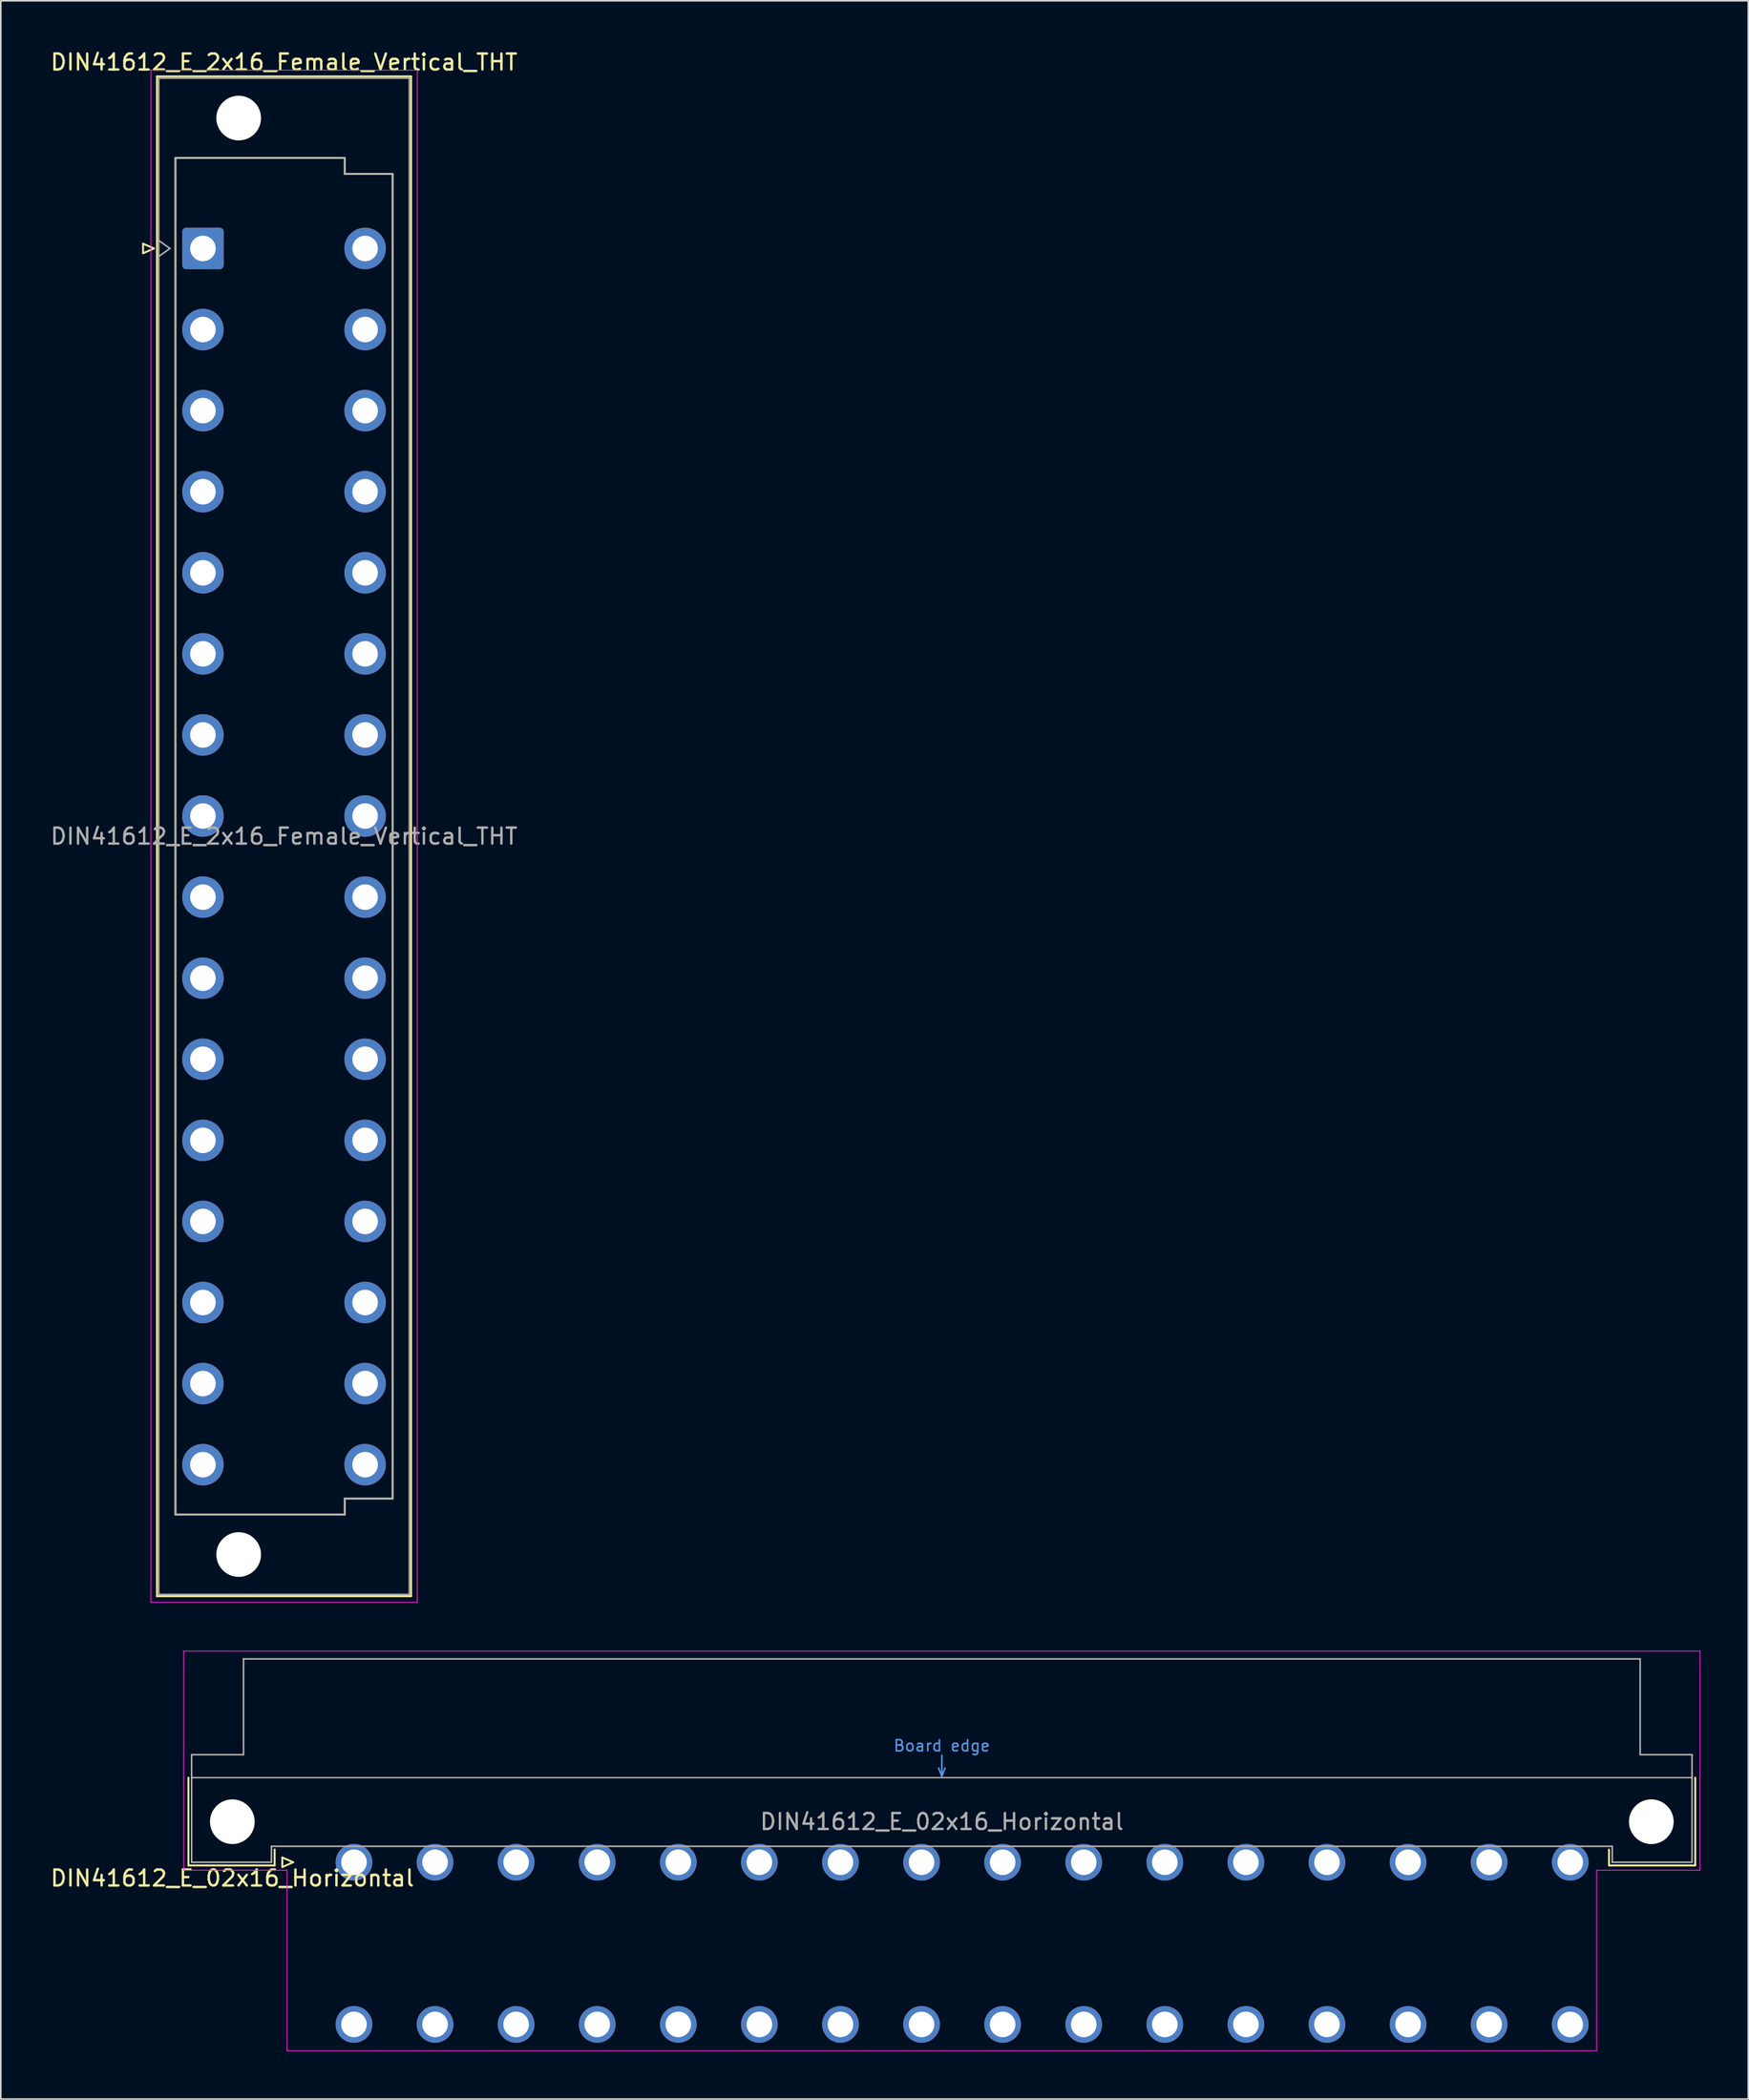
<source format=kicad_pcb>
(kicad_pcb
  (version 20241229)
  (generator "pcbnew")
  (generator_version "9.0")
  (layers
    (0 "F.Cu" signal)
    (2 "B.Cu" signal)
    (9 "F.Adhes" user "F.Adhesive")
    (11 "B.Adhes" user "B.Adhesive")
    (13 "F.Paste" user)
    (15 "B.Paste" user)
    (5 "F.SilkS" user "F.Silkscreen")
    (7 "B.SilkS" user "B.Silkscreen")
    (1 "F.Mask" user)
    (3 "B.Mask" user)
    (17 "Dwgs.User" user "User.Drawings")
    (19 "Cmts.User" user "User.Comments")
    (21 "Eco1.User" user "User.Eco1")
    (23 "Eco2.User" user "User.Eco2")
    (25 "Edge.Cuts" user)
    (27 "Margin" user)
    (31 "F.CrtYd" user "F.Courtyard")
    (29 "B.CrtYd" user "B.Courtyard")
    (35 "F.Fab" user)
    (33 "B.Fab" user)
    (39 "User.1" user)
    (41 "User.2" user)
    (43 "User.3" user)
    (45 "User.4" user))
  (footprint "DIN41612_E_02x16_Horizontal"
    (layer "F.Cu")
    (at 16.586 113.628)
    (property "Reference" "DIN41612_E_02x16_Horizontal" (at -5.08 1 0) (layer "F.SilkS") (effects (font (size 1 1) (thickness 0.15))))
    (attr through_hole)
    (fp_line (start -7.83 -5.3) (end -7.83 0.2) (stroke (width 0.12) (type solid)) (layer "F.SilkS"))
    (fp_line (start -7.83 0.2) (end -2.43 0.2) (stroke (width 0.12) (type solid)) (layer "F.SilkS"))
    (fp_line (start -2.43 0.2) (end -2.43 -0.8) (stroke (width 0.12) (type solid)) (layer "F.SilkS"))
    (fp_line (start -1.95 -0.3) (end -1.95 0.3) (stroke (width 0.12) (type solid)) (layer "F.SilkS"))
    (fp_line (start -1.95 0.3) (end -1.27 0) (stroke (width 0.12) (type solid)) (layer "F.SilkS"))
    (fp_line (start -1.27 0) (end -1.95 -0.3) (stroke (width 0.12) (type solid)) (layer "F.SilkS"))
    (fp_line (start 81.17 0.2) (end 81.17 -0.8) (stroke (width 0.12) (type solid)) (layer "F.SilkS"))
    (fp_line (start 86.57 -5.3) (end 86.57 0.2) (stroke (width 0.12) (type solid)) (layer "F.SilkS"))
    (fp_line (start 86.57 0.2) (end 81.17 0.2) (stroke (width 0.12) (type solid)) (layer "F.SilkS"))
    (fp_line (start -7.63 -5.3) (end 86.37 -5.3) (stroke (width 0.08) (type solid)) (layer "Dwgs.User"))
    (fp_line (start 39.17 -5.9) (end 39.37 -5.4) (stroke (width 0.1) (type solid)) (layer "Cmts.User"))
    (fp_line (start 39.37 -5.4) (end 39.37 -6.7) (stroke (width 0.1) (type solid)) (layer "Cmts.User"))
    (fp_line (start 39.37 -5.4) (end 39.57 -5.9) (stroke (width 0.1) (type solid)) (layer "Cmts.User"))
    (fp_line (start -8.13 -13.23) (end -8.13 0.5) (stroke (width 0.05) (type solid)) (layer "F.CrtYd"))
    (fp_line (start -8.13 0.5) (end -1.65 0.5) (stroke (width 0.05) (type solid)) (layer "F.CrtYd"))
    (fp_line (start -1.65 0.5) (end -1.65 11.81) (stroke (width 0.05) (type solid)) (layer "F.CrtYd"))
    (fp_line (start -1.65 11.81) (end 80.39 11.81) (stroke (width 0.05) (type solid)) (layer "F.CrtYd"))
    (fp_line (start 80.39 0.5) (end 86.87 0.5) (stroke (width 0.05) (type solid)) (layer "F.CrtYd"))
    (fp_line (start 80.39 11.81) (end 80.39 0.5) (stroke (width 0.05) (type solid)) (layer "F.CrtYd"))
    (fp_line (start 86.87 -13.23) (end -8.13 -13.23) (stroke (width 0.05) (type solid)) (layer "F.CrtYd"))
    (fp_line (start 86.87 0.5) (end 86.87 -13.23) (stroke (width 0.05) (type solid)) (layer "F.CrtYd"))
    (fp_line (start -7.63 -6.74) (end -7.63 0) (stroke (width 0.1) (type solid)) (layer "F.Fab"))
    (fp_line (start -7.63 0) (end -2.63 0) (stroke (width 0.1) (type solid)) (layer "F.Fab"))
    (fp_line (start -4.38 -12.74) (end -4.38 -6.74) (stroke (width 0.1) (type solid)) (layer "F.Fab"))
    (fp_line (start -4.38 -6.74) (end -7.63 -6.74) (stroke (width 0.1) (type solid)) (layer "F.Fab"))
    (fp_line (start -2.63 -1) (end 81.37 -1) (stroke (width 0.1) (type solid)) (layer "F.Fab"))
    (fp_line (start -2.63 0) (end -2.63 -1) (stroke (width 0.1) (type solid)) (layer "F.Fab"))
    (fp_line (start 81.37 -1) (end 81.37 0) (stroke (width 0.1) (type solid)) (layer "F.Fab"))
    (fp_line (start 81.37 0) (end 86.37 0) (stroke (width 0.1) (type solid)) (layer "F.Fab"))
    (fp_line (start 83.12 -12.74) (end -4.38 -12.74) (stroke (width 0.1) (type solid)) (layer "F.Fab"))
    (fp_line (start 83.12 -6.74) (end 83.12 -12.74) (stroke (width 0.1) (type solid)) (layer "F.Fab"))
    (fp_line (start 86.37 -6.74) (end 83.12 -6.74) (stroke (width 0.1) (type solid)) (layer "F.Fab"))
    (fp_line (start 86.37 0) (end 86.37 -6.74) (stroke (width 0.1) (type solid)) (layer "F.Fab"))
    (fp_text user "Board edge" (at 39.37 -7.3 0) (layer "Cmts.User") (effects (font (size 0.7 0.7) (thickness 0.1))))
    (fp_text user "${REFERENCE}" (at 39.37 -2.54 0) (layer "F.Fab") (effects (font (size 1 1) (thickness 0.15))))
    (pad "" np_thru_hole circle (at -5.08 -2.54) (size 2.8 2.8) (drill 2.8) (layers "*.Cu" "*.Mask"))
    (pad "" np_thru_hole circle (at 83.82 -2.54) (size 2.8 2.8) (drill 2.8) (layers "*.Cu" "*.Mask"))
    (pad "a2" thru_hole circle (at 2.54 0) (size 2.3 2.3) (drill 1.6) (layers "*.Cu" "*.Mask"))
    (pad "a4" thru_hole circle (at 7.62 0) (size 2.3 2.3) (drill 1.6) (layers "*.Cu" "*.Mask"))
    (pad "a6" thru_hole circle (at 12.7 0) (size 2.3 2.3) (drill 1.6) (layers "*.Cu" "*.Mask"))
    (pad "a8" thru_hole circle (at 17.78 0) (size 2.3 2.3) (drill 1.6) (layers "*.Cu" "*.Mask"))
    (pad "a10" thru_hole circle (at 22.86 0) (size 2.3 2.3) (drill 1.6) (layers "*.Cu" "*.Mask"))
    (pad "a12" thru_hole circle (at 27.94 0) (size 2.3 2.3) (drill 1.6) (layers "*.Cu" "*.Mask"))
    (pad "a14" thru_hole circle (at 33.02 0) (size 2.3 2.3) (drill 1.6) (layers "*.Cu" "*.Mask"))
    (pad "a16" thru_hole circle (at 38.1 0) (size 2.3 2.3) (drill 1.6) (layers "*.Cu" "*.Mask"))
    (pad "a18" thru_hole circle (at 43.18 0) (size 2.3 2.3) (drill 1.6) (layers "*.Cu" "*.Mask"))
    (pad "a20" thru_hole circle (at 48.26 0) (size 2.3 2.3) (drill 1.6) (layers "*.Cu" "*.Mask"))
    (pad "a22" thru_hole circle (at 53.34 0) (size 2.3 2.3) (drill 1.6) (layers "*.Cu" "*.Mask"))
    (pad "a24" thru_hole circle (at 58.42 0) (size 2.3 2.3) (drill 1.6) (layers "*.Cu" "*.Mask"))
    (pad "a26" thru_hole circle (at 63.5 0) (size 2.3 2.3) (drill 1.6) (layers "*.Cu" "*.Mask"))
    (pad "a28" thru_hole circle (at 68.58 0) (size 2.3 2.3) (drill 1.6) (layers "*.Cu" "*.Mask"))
    (pad "a30" thru_hole circle (at 73.66 0) (size 2.3 2.3) (drill 1.6) (layers "*.Cu" "*.Mask"))
    (pad "a32" thru_hole circle (at 78.74 0) (size 2.3 2.3) (drill 1.6) (layers "*.Cu" "*.Mask"))
    (pad "e2" thru_hole circle (at 2.54 10.16) (size 2.3 2.3) (drill 1.6) (layers "*.Cu" "*.Mask"))
    (pad "e4" thru_hole circle (at 7.62 10.16) (size 2.3 2.3) (drill 1.6) (layers "*.Cu" "*.Mask"))
    (pad "e6" thru_hole circle (at 12.7 10.16) (size 2.3 2.3) (drill 1.6) (layers "*.Cu" "*.Mask"))
    (pad "e8" thru_hole circle (at 17.78 10.16) (size 2.3 2.3) (drill 1.6) (layers "*.Cu" "*.Mask"))
    (pad "e10" thru_hole circle (at 22.86 10.16) (size 2.3 2.3) (drill 1.6) (layers "*.Cu" "*.Mask"))
    (pad "e12" thru_hole circle (at 27.94 10.16) (size 2.3 2.3) (drill 1.6) (layers "*.Cu" "*.Mask"))
    (pad "e14" thru_hole circle (at 33.02 10.16) (size 2.3 2.3) (drill 1.6) (layers "*.Cu" "*.Mask"))
    (pad "e16" thru_hole circle (at 38.1 10.16) (size 2.3 2.3) (drill 1.6) (layers "*.Cu" "*.Mask"))
    (pad "e18" thru_hole circle (at 43.18 10.16) (size 2.3 2.3) (drill 1.6) (layers "*.Cu" "*.Mask"))
    (pad "e20" thru_hole circle (at 48.26 10.16) (size 2.3 2.3) (drill 1.6) (layers "*.Cu" "*.Mask"))
    (pad "e22" thru_hole circle (at 53.34 10.16) (size 2.3 2.3) (drill 1.6) (layers "*.Cu" "*.Mask"))
    (pad "e24" thru_hole circle (at 58.42 10.16) (size 2.3 2.3) (drill 1.6) (layers "*.Cu" "*.Mask"))
    (pad "e26" thru_hole circle (at 63.5 10.16) (size 2.3 2.3) (drill 1.6) (layers "*.Cu" "*.Mask"))
    (pad "e28" thru_hole circle (at 68.58 10.16) (size 2.3 2.3) (drill 1.6) (layers "*.Cu" "*.Mask"))
    (pad "e30" thru_hole circle (at 73.66 10.16) (size 2.3 2.3) (drill 1.6) (layers "*.Cu" "*.Mask"))
    (pad "e32" thru_hole circle (at 78.74 10.16) (size 2.3 2.3) (drill 1.6) (layers "*.Cu" "*.Mask")))
  (footprint "DIN41612_E_2x16_Female_Vertical_THT"
    (layer "F.Cu")
    (at 9.664 9.978)
    (property "Reference" "DIN41612_E_2x16_Female_Vertical_THT" (at 5.08 -9.13 0) (layer "F.SilkS") (effects (font (size 1 1) (thickness 0.15))))
    (attr through_hole)
    (fp_line (start -3.75 2.24) (end -3.75 2.84) (stroke (width 0.12) (type solid)) (layer "F.SilkS"))
    (fp_line (start -3.75 2.84) (end -3.07 2.54) (stroke (width 0.12) (type solid)) (layer "F.SilkS"))
    (fp_line (start -3.07 2.54) (end -3.75 2.24) (stroke (width 0.12) (type solid)) (layer "F.SilkS"))
    (fp_line (start -2.88 -8.24) (end 13.04 -8.24) (stroke (width 0.12) (type solid)) (layer "F.SilkS"))
    (fp_line (start -2.88 86.98) (end -2.88 -8.24) (stroke (width 0.12) (type solid)) (layer "F.SilkS"))
    (fp_line (start -1.72 -3.131) (end 8.88 -3.131) (stroke (width 0.12) (type solid)) (layer "F.SilkS"))
    (fp_line (start -1.72 81.87) (end -1.72 -3.131) (stroke (width 0.12) (type solid)) (layer "F.SilkS"))
    (fp_line (start 8.88 -3.131) (end 8.88 -2.131) (stroke (width 0.12) (type solid)) (layer "F.SilkS"))
    (fp_line (start 8.88 -2.131) (end 11.88 -2.131) (stroke (width 0.12) (type solid)) (layer "F.SilkS"))
    (fp_line (start 8.88 80.87) (end 8.88 81.87) (stroke (width 0.12) (type solid)) (layer "F.SilkS"))
    (fp_line (start 8.88 81.87) (end -1.72 81.87) (stroke (width 0.12) (type solid)) (layer "F.SilkS"))
    (fp_line (start 11.88 -2.131) (end 11.88 80.87) (stroke (width 0.12) (type solid)) (layer "F.SilkS"))
    (fp_line (start 11.88 80.87) (end 8.88 80.87) (stroke (width 0.12) (type solid)) (layer "F.SilkS"))
    (fp_line (start 13.04 -8.24) (end 13.04 86.98) (stroke (width 0.12) (type solid)) (layer "F.SilkS"))
    (fp_line (start 13.04 86.98) (end -2.88 86.98) (stroke (width 0.12) (type solid)) (layer "F.SilkS"))
    (fp_line (start -3.26 -8.63) (end 13.43 -8.63) (stroke (width 0.05) (type solid)) (layer "F.CrtYd"))
    (fp_line (start -3.26 87.37) (end -3.26 -8.63) (stroke (width 0.05) (type solid)) (layer "F.CrtYd"))
    (fp_line (start 13.43 -8.63) (end 13.43 87.37) (stroke (width 0.05) (type solid)) (layer "F.CrtYd"))
    (fp_line (start 13.43 87.37) (end -3.26 87.37) (stroke (width 0.05) (type solid)) (layer "F.CrtYd"))
    (fp_line (start -2.77 -8.13) (end 12.93 -8.13) (stroke (width 0.1) (type solid)) (layer "F.Fab"))
    (fp_line (start -2.77 2.04) (end -2.07 2.54) (stroke (width 0.1) (type solid)) (layer "F.Fab"))
    (fp_line (start -2.77 86.87) (end -2.77 -8.13) (stroke (width 0.1) (type solid)) (layer "F.Fab"))
    (fp_line (start -2.07 2.54) (end -2.77 3.04) (stroke (width 0.1) (type solid)) (layer "F.Fab"))
    (fp_line (start -1.72 -3.13) (end 8.88 -3.13) (stroke (width 0.1) (type solid)) (layer "F.Fab"))
    (fp_line (start -1.72 81.87) (end -1.72 -3.13) (stroke (width 0.1) (type solid)) (layer "F.Fab"))
    (fp_line (start 8.88 -3.13) (end 8.88 -2.13) (stroke (width 0.1) (type solid)) (layer "F.Fab"))
    (fp_line (start 8.88 -2.13) (end 11.88 -2.13) (stroke (width 0.1) (type solid)) (layer "F.Fab"))
    (fp_line (start 8.88 80.87) (end 8.88 81.87) (stroke (width 0.1) (type solid)) (layer "F.Fab"))
    (fp_line (start 8.88 81.87) (end -1.72 81.87) (stroke (width 0.1) (type solid)) (layer "F.Fab"))
    (fp_line (start 11.88 -2.13) (end 11.88 80.87) (stroke (width 0.1) (type solid)) (layer "F.Fab"))
    (fp_line (start 11.88 80.87) (end 8.88 80.87) (stroke (width 0.1) (type solid)) (layer "F.Fab"))
    (fp_line (start 12.93 -8.13) (end 12.93 86.87) (stroke (width 0.1) (type solid)) (layer "F.Fab"))
    (fp_line (start 12.93 86.87) (end -2.77 86.87) (stroke (width 0.1) (type solid)) (layer "F.Fab"))
    (fp_text user "${REFERENCE}" (at 5.08 39.37 0) (layer "F.Fab") (effects (font (size 1 1) (thickness 0.15))))
    (pad "" np_thru_hole circle (at 2.24 -5.63) (size 2.8 2.8) (drill 2.8) (layers "*.Cu" "*.Mask"))
    (pad "" np_thru_hole circle (at 2.24 84.37) (size 2.8 2.8) (drill 2.8) (layers "*.Cu" "*.Mask"))
    (pad "a2" thru_hole roundrect (at 0 2.54) (size 2.6 2.6) (drill 1.6) (layers "*.Cu" "*.Mask") (roundrect_rratio 0.096))
    (pad "a4" thru_hole circle (at 0 7.62) (size 2.6 2.6) (drill 1.6) (layers "*.Cu" "*.Mask"))
    (pad "a6" thru_hole circle (at 0 12.7) (size 2.6 2.6) (drill 1.6) (layers "*.Cu" "*.Mask"))
    (pad "a8" thru_hole circle (at 0 17.78) (size 2.6 2.6) (drill 1.6) (layers "*.Cu" "*.Mask"))
    (pad "a10" thru_hole circle (at 0 22.86) (size 2.6 2.6) (drill 1.6) (layers "*.Cu" "*.Mask"))
    (pad "a12" thru_hole circle (at 0 27.94) (size 2.6 2.6) (drill 1.6) (layers "*.Cu" "*.Mask"))
    (pad "a14" thru_hole circle (at 0 33.02) (size 2.6 2.6) (drill 1.6) (layers "*.Cu" "*.Mask"))
    (pad "a16" thru_hole circle (at 0 38.1) (size 2.6 2.6) (drill 1.6) (layers "*.Cu" "*.Mask"))
    (pad "a18" thru_hole circle (at 0 43.18) (size 2.6 2.6) (drill 1.6) (layers "*.Cu" "*.Mask"))
    (pad "a20" thru_hole circle (at 0 48.26) (size 2.6 2.6) (drill 1.6) (layers "*.Cu" "*.Mask"))
    (pad "a22" thru_hole circle (at 0 53.34) (size 2.6 2.6) (drill 1.6) (layers "*.Cu" "*.Mask"))
    (pad "a24" thru_hole circle (at 0 58.42) (size 2.6 2.6) (drill 1.6) (layers "*.Cu" "*.Mask"))
    (pad "a26" thru_hole circle (at 0 63.5) (size 2.6 2.6) (drill 1.6) (layers "*.Cu" "*.Mask"))
    (pad "a28" thru_hole circle (at 0 68.58) (size 2.6 2.6) (drill 1.6) (layers "*.Cu" "*.Mask"))
    (pad "a30" thru_hole circle (at 0 73.66) (size 2.6 2.6) (drill 1.6) (layers "*.Cu" "*.Mask"))
    (pad "a32" thru_hole circle (at 0 78.74) (size 2.6 2.6) (drill 1.6) (layers "*.Cu" "*.Mask"))
    (pad "e2" thru_hole circle (at 10.16 2.54) (size 2.6 2.6) (drill 1.6) (layers "*.Cu" "*.Mask"))
    (pad "e4" thru_hole circle (at 10.16 7.62) (size 2.6 2.6) (drill 1.6) (layers "*.Cu" "*.Mask"))
    (pad "e6" thru_hole circle (at 10.16 12.7) (size 2.6 2.6) (drill 1.6) (layers "*.Cu" "*.Mask"))
    (pad "e8" thru_hole circle (at 10.16 17.78) (size 2.6 2.6) (drill 1.6) (layers "*.Cu" "*.Mask"))
    (pad "e10" thru_hole circle (at 10.16 22.86) (size 2.6 2.6) (drill 1.6) (layers "*.Cu" "*.Mask"))
    (pad "e12" thru_hole circle (at 10.16 27.94) (size 2.6 2.6) (drill 1.6) (layers "*.Cu" "*.Mask"))
    (pad "e14" thru_hole circle (at 10.16 33.02) (size 2.6 2.6) (drill 1.6) (layers "*.Cu" "*.Mask"))
    (pad "e16" thru_hole circle (at 10.16 38.1) (size 2.6 2.6) (drill 1.6) (layers "*.Cu" "*.Mask"))
    (pad "e18" thru_hole circle (at 10.16 43.18) (size 2.6 2.6) (drill 1.6) (layers "*.Cu" "*.Mask"))
    (pad "e20" thru_hole circle (at 10.16 48.26) (size 2.6 2.6) (drill 1.6) (layers "*.Cu" "*.Mask"))
    (pad "e22" thru_hole circle (at 10.16 53.34) (size 2.6 2.6) (drill 1.6) (layers "*.Cu" "*.Mask"))
    (pad "e24" thru_hole circle (at 10.16 58.42) (size 2.6 2.6) (drill 1.6) (layers "*.Cu" "*.Mask"))
    (pad "e26" thru_hole circle (at 10.16 63.5) (size 2.6 2.6) (drill 1.6) (layers "*.Cu" "*.Mask"))
    (pad "e28" thru_hole circle (at 10.16 68.58) (size 2.6 2.6) (drill 1.6) (layers "*.Cu" "*.Mask"))
    (pad "e30" thru_hole circle (at 10.16 73.66) (size 2.6 2.6) (drill 1.6) (layers "*.Cu" "*.Mask"))
    (pad "e32" thru_hole circle (at 10.16 78.74) (size 2.6 2.6) (drill 1.6) (layers "*.Cu" "*.Mask")))
  (gr_rect
    (start -3 -3)
    (end 106.481 128.463)
    (stroke (width 0.1) (type default))
    (fill no)
    (layer "Edge.Cuts")))
</source>
